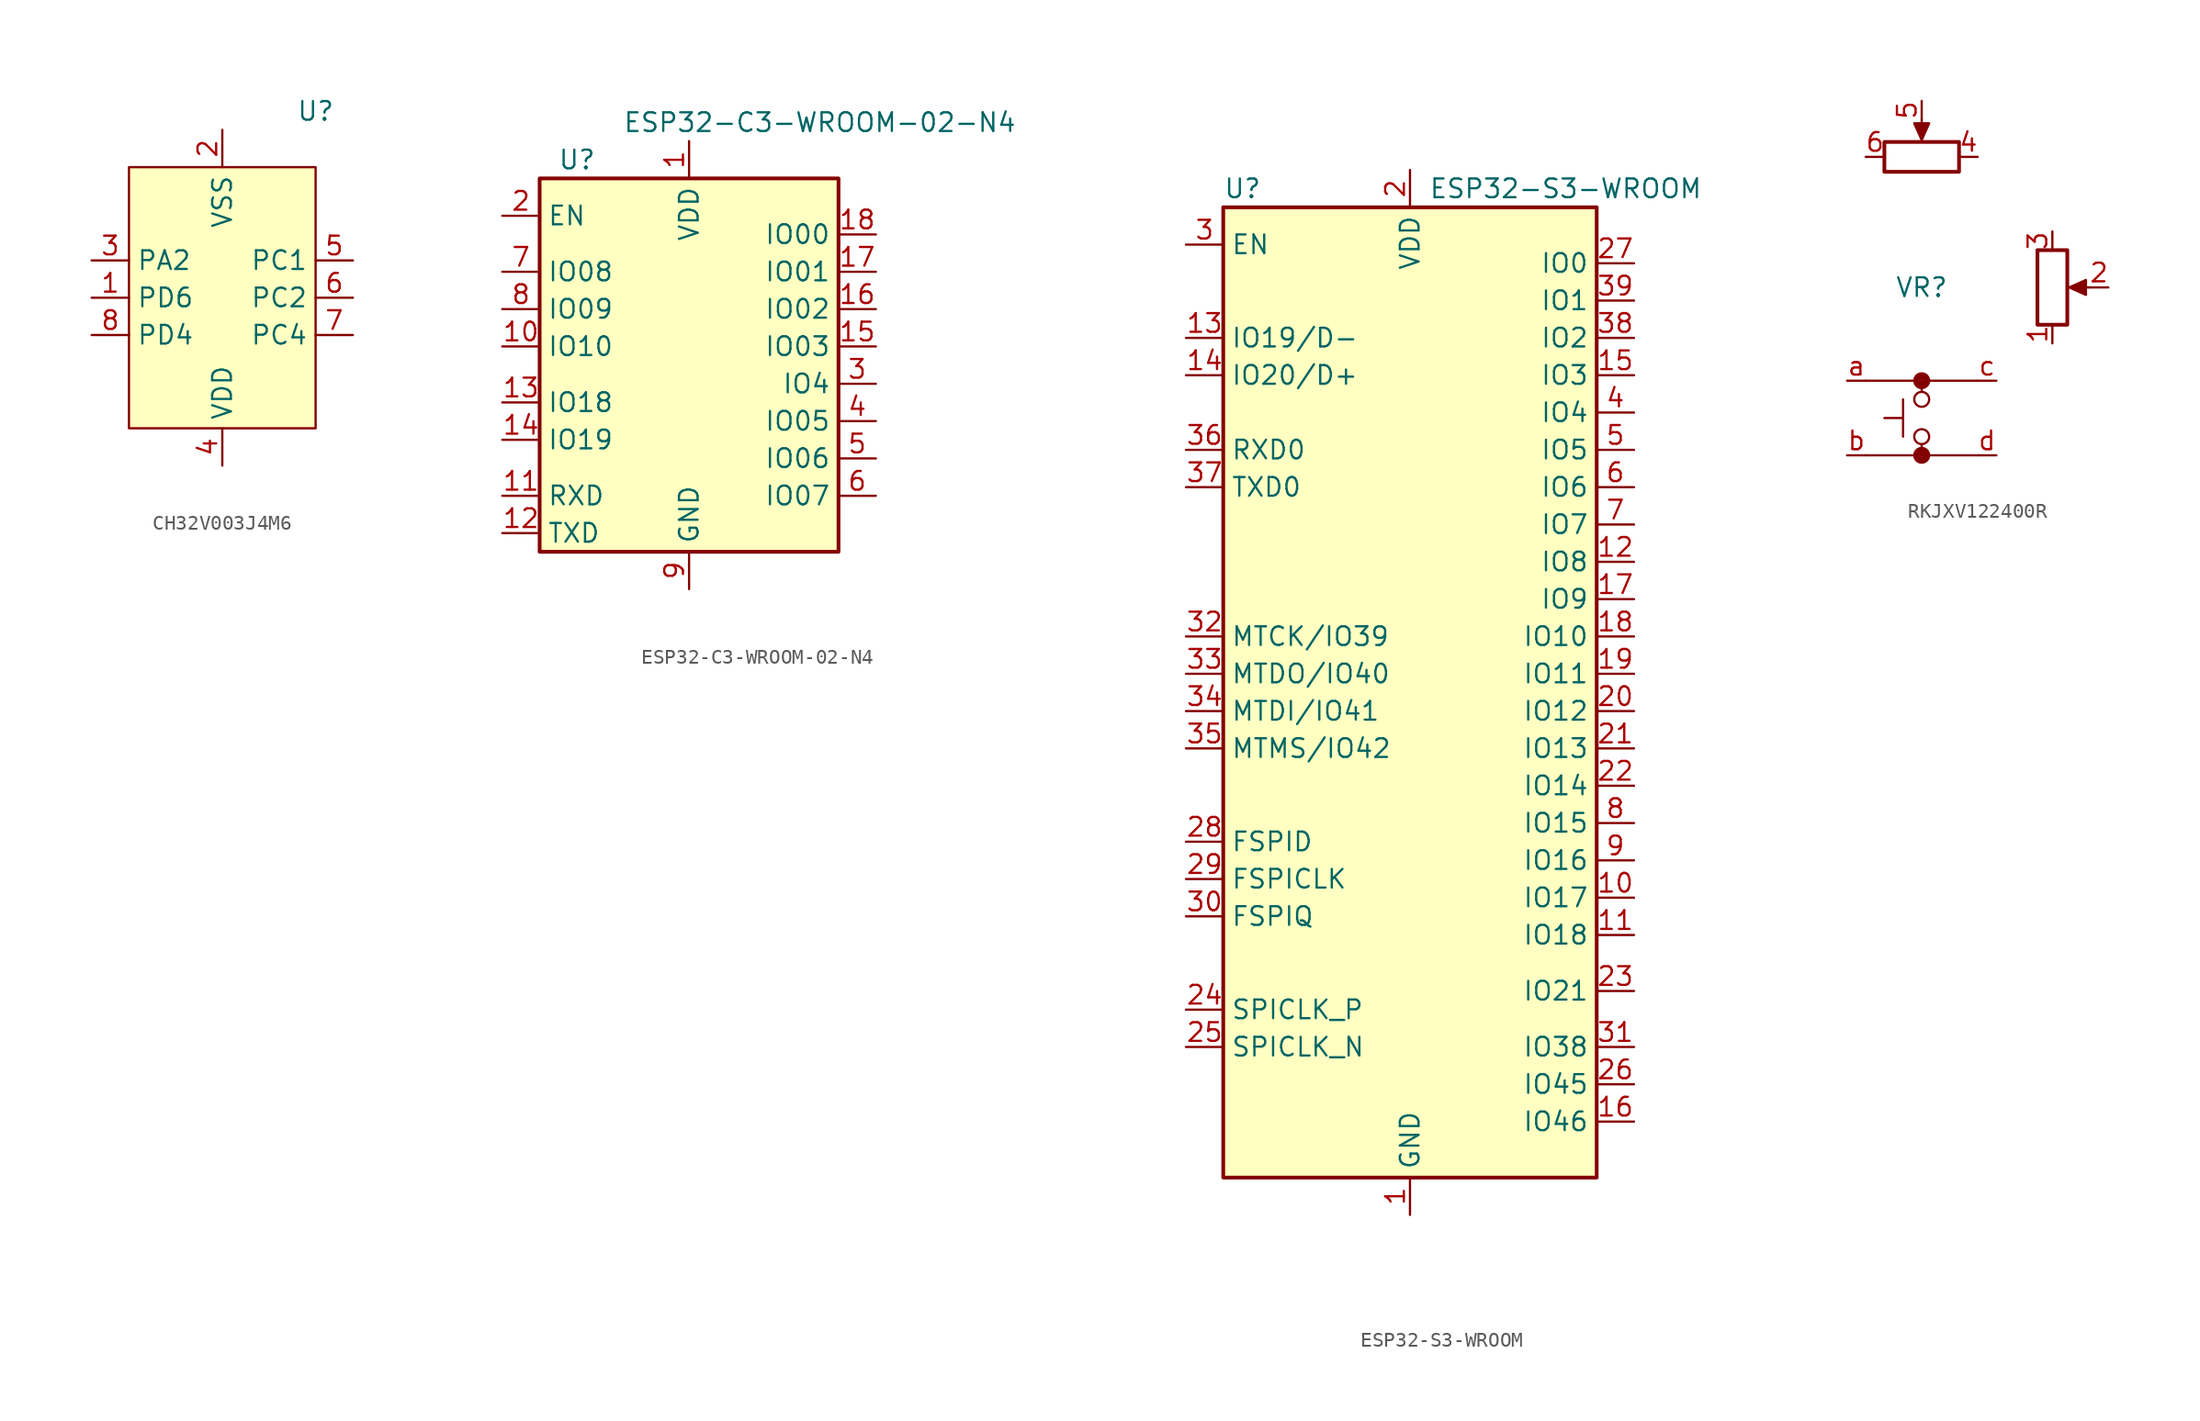
<source format=kicad_sym>
(kicad_symbol_lib
  (version 20220914)
  (generator kicad_symbol_editor)
  (symbol "CH32V003J4M6"
    (property "Reference" "U"
      (at 6.35 12.7 0)
      (effects (font (size 1.27 1.27))))
    (property "Value" ""
      (at 0 0 0)
      (effects (font (size 1.27 1.27))))
    (symbol "CH32V003J4M6_1_1"
      (rectangle (start -6.35 8.89) (end 6.35 -8.89) (stroke (width 0) (type default)) (fill (type background)))
      (pin bidirectional line (at -8.89 0 0) (length 2.54) (name "PD6" (effects (font (size 1.27 1.27)))) (number "1" (effects (font (size 1.27 1.27)))))
      (pin power_in line (at 0 11.43 270) (length 2.54) (name "VSS" (effects (font (size 1.27 1.27)))) (number "2" (effects (font (size 1.27 1.27)))))
      (pin bidirectional line (at -8.89 2.54 0) (length 2.54) (name "PA2" (effects (font (size 1.27 1.27)))) (number "3" (effects (font (size 1.27 1.27)))))
      (pin bidirectional line (at 0 -11.43 90) (length 2.54) (name "VDD" (effects (font (size 1.27 1.27)))) (number "4" (effects (font (size 1.27 1.27)))))
      (pin bidirectional line (at 8.89 2.54 180) (length 2.54) (name "PC1" (effects (font (size 1.27 1.27)))) (number "5" (effects (font (size 1.27 1.27)))))
      (pin bidirectional line (at 8.89 0 180) (length 2.54) (name "PC2" (effects (font (size 1.27 1.27)))) (number "6" (effects (font (size 1.27 1.27)))))
      (pin bidirectional line (at 8.89 -2.54 180) (length 2.54) (name "PC4" (effects (font (size 1.27 1.27)))) (number "7" (effects (font (size 1.27 1.27)))))
      (pin bidirectional line (at -8.89 -2.54 0) (length 2.54) (name "PD4" (effects (font (size 1.27 1.27)))) (number "8" (effects (font (size 1.27 1.27)))))))
  (symbol "ESP32-C3-WROOM-02-N4"
    (property "Reference" "U"
      (at -7.62 13.97 0)
      (effects (font (size 1.27 1.27))))
    (property "Value" "ESP32-C3-WROOM-02-N4"
      (at 8.89 16.51 0)
      (effects (font (size 1.27 1.27))))
    (symbol "ESP32-C3-WROOM-02-N4_0_1"
      (rectangle (start 10.16 12.7) (end -10.16 -12.7) (stroke (width 0.254) (type default)) (fill (type background))))
    (symbol "ESP32-C3-WROOM-02-N4_1_1"
      (pin power_in line (at 0 15.24 270) (length 2.54) (name "VDD" (effects (font (size 1.27 1.27)))) (number "1" (effects (font (size 1.27 1.27)))))
      (pin bidirectional line (at -12.7 1.27 0) (length 2.54) (name "IO10" (effects (font (size 1.27 1.27)))) (number "10" (effects (font (size 1.27 1.27)))))
      (pin bidirectional line (at -12.7 -8.89 0) (length 2.54) (name "RXD" (effects (font (size 1.27 1.27)))) (number "11" (effects (font (size 1.27 1.27)))))
      (pin bidirectional line (at -12.7 -11.43 0) (length 2.54) (name "TXD" (effects (font (size 1.27 1.27)))) (number "12" (effects (font (size 1.27 1.27)))))
      (pin bidirectional line (at -12.7 -2.54 0) (length 2.54) (name "IO18" (effects (font (size 1.27 1.27)))) (number "13" (effects (font (size 1.27 1.27)))))
      (pin bidirectional line (at -12.7 -5.08 0) (length 2.54) (name "IO19" (effects (font (size 1.27 1.27)))) (number "14" (effects (font (size 1.27 1.27)))))
      (pin input line (at 12.7 1.27 180) (length 2.54) (name "IO03" (effects (font (size 1.27 1.27)))) (number "15" (effects (font (size 1.27 1.27)))))
      (pin input line (at 12.7 3.81 180) (length 2.54) (name "IO02" (effects (font (size 1.27 1.27)))) (number "16" (effects (font (size 1.27 1.27)))))
      (pin bidirectional line (at 12.7 6.35 180) (length 2.54) (name "IO01" (effects (font (size 1.27 1.27)))) (number "17" (effects (font (size 1.27 1.27)))))
      (pin bidirectional line (at 12.7 8.89 180) (length 2.54) (name "IO00" (effects (font (size 1.27 1.27)))) (number "18" (effects (font (size 1.27 1.27)))))
      (pin passive line (at 0 -15.24 90) (length 2.54) hide (name "GND" (effects (font (size 1.27 1.27)))) (number "19" (effects (font (size 1.27 1.27)))))
      (pin input line (at -12.7 10.16 0) (length 2.54) (name "EN" (effects (font (size 1.27 1.27)))) (number "2" (effects (font (size 1.27 1.27)))))
      (pin bidirectional line (at 12.7 -1.27 180) (length 2.54) (name "IO4" (effects (font (size 1.27 1.27)))) (number "3" (effects (font (size 1.27 1.27)))))
      (pin bidirectional line (at 12.7 -3.81 180) (length 2.54) (name "IO05" (effects (font (size 1.27 1.27)))) (number "4" (effects (font (size 1.27 1.27)))))
      (pin bidirectional line (at 12.7 -6.35 180) (length 2.54) (name "IO06" (effects (font (size 1.27 1.27)))) (number "5" (effects (font (size 1.27 1.27)))))
      (pin bidirectional line (at 12.7 -8.89 180) (length 2.54) (name "IO07" (effects (font (size 1.27 1.27)))) (number "6" (effects (font (size 1.27 1.27)))))
      (pin bidirectional line (at -12.7 6.35 0) (length 2.54) (name "IO08" (effects (font (size 1.27 1.27)))) (number "7" (effects (font (size 1.27 1.27)))))
      (pin bidirectional line (at -12.7 3.81 0) (length 2.54) (name "IO09" (effects (font (size 1.27 1.27)))) (number "8" (effects (font (size 1.27 1.27)))))
      (pin power_in line (at 0 -15.24 90) (length 2.54) (name "GND" (effects (font (size 1.27 1.27)))) (number "9" (effects (font (size 1.27 1.27)))))))
  (symbol "ESP32-S3-WROOM"
    (property "Reference" "U"
      (at -12.7 34.29 0)
      (effects (font (size 1.27 1.27)) (justify left)))
    (property "Value" "ESP32-S3-WROOM"
      (at 1.27 34.29 0)
      (effects (font (size 1.27 1.27)) (justify left)))
    (symbol "ESP32-S3-WROOM_0_1"
      (rectangle (start -12.7 33.02) (end 12.7 -33.02) (stroke (width 0.254) (type default)) (fill (type background))))
    (symbol "ESP32-S3-WROOM_1_1"
      (pin power_in line (at 0 -35.56 90) (length 2.54) (name "GND" (effects (font (size 1.27 1.27)))) (number "1" (effects (font (size 1.27 1.27)))))
      (pin bidirectional line (at 15.24 -13.97 180) (length 2.54) (name "IO17" (effects (font (size 1.27 1.27)))) (number "10" (effects (font (size 1.27 1.27)))))
      (pin bidirectional line (at 15.24 -16.51 180) (length 2.54) (name "IO18" (effects (font (size 1.27 1.27)))) (number "11" (effects (font (size 1.27 1.27)))))
      (pin bidirectional line (at 15.24 8.89 180) (length 2.54) (name "IO8" (effects (font (size 1.27 1.27)))) (number "12" (effects (font (size 1.27 1.27)))))
      (pin bidirectional line (at -15.24 24.13 0) (length 2.54) (name "IO19/D-" (effects (font (size 1.27 1.27)))) (number "13" (effects (font (size 1.27 1.27)))))
      (pin bidirectional line (at -15.24 21.59 0) (length 2.54) (name "IO20/D+" (effects (font (size 1.27 1.27)))) (number "14" (effects (font (size 1.27 1.27)))))
      (pin bidirectional line (at 15.24 21.59 180) (length 2.54) (name "IO3" (effects (font (size 1.27 1.27)))) (number "15" (effects (font (size 1.27 1.27)))))
      (pin bidirectional line (at 15.24 -29.21 180) (length 2.54) (name "IO46" (effects (font (size 1.27 1.27)))) (number "16" (effects (font (size 1.27 1.27)))))
      (pin bidirectional line (at 15.24 6.35 180) (length 2.54) (name "IO9" (effects (font (size 1.27 1.27)))) (number "17" (effects (font (size 1.27 1.27)))))
      (pin bidirectional line (at 15.24 3.81 180) (length 2.54) (name "IO10" (effects (font (size 1.27 1.27)))) (number "18" (effects (font (size 1.27 1.27)))))
      (pin bidirectional line (at 15.24 1.27 180) (length 2.54) (name "IO11" (effects (font (size 1.27 1.27)))) (number "19" (effects (font (size 1.27 1.27)))))
      (pin power_in line (at 0 35.56 270) (length 2.54) (name "VDD" (effects (font (size 1.27 1.27)))) (number "2" (effects (font (size 1.27 1.27)))))
      (pin bidirectional line (at 15.24 -1.27 180) (length 2.54) (name "IO12" (effects (font (size 1.27 1.27)))) (number "20" (effects (font (size 1.27 1.27)))))
      (pin bidirectional line (at 15.24 -3.81 180) (length 2.54) (name "IO13" (effects (font (size 1.27 1.27)))) (number "21" (effects (font (size 1.27 1.27)))))
      (pin bidirectional line (at 15.24 -6.35 180) (length 2.54) (name "IO14" (effects (font (size 1.27 1.27)))) (number "22" (effects (font (size 1.27 1.27)))))
      (pin bidirectional line (at 15.24 -20.32 180) (length 2.54) (name "IO21" (effects (font (size 1.27 1.27)))) (number "23" (effects (font (size 1.27 1.27)))))
      (pin bidirectional line (at -15.24 -21.59 0) (length 2.54) (name "SPICLK_P" (effects (font (size 1.27 1.27)))) (number "24" (effects (font (size 1.27 1.27)))))
      (pin bidirectional line (at -15.24 -24.13 0) (length 2.54) (name "SPICLK_N" (effects (font (size 1.27 1.27)))) (number "25" (effects (font (size 1.27 1.27)))))
      (pin bidirectional line (at 15.24 -26.67 180) (length 2.54) (name "IO45" (effects (font (size 1.27 1.27)))) (number "26" (effects (font (size 1.27 1.27)))))
      (pin bidirectional line (at 15.24 29.21 180) (length 2.54) (name "IO0" (effects (font (size 1.27 1.27)))) (number "27" (effects (font (size 1.27 1.27)))))
      (pin bidirectional line (at -15.24 -10.16 0) (length 2.54) (name "FSPID" (effects (font (size 1.27 1.27)))) (number "28" (effects (font (size 1.27 1.27)))))
      (pin bidirectional line (at -15.24 -12.7 0) (length 2.54) (name "FSPICLK" (effects (font (size 1.27 1.27)))) (number "29" (effects (font (size 1.27 1.27)))))
      (pin input line (at -15.24 30.48 0) (length 2.54) (name "EN" (effects (font (size 1.27 1.27)))) (number "3" (effects (font (size 1.27 1.27)))))
      (pin bidirectional line (at -15.24 -15.24 0) (length 2.54) (name "FSPIQ" (effects (font (size 1.27 1.27)))) (number "30" (effects (font (size 1.27 1.27)))))
      (pin bidirectional line (at 15.24 -24.13 180) (length 2.54) (name "IO38" (effects (font (size 1.27 1.27)))) (number "31" (effects (font (size 1.27 1.27)))))
      (pin bidirectional line (at -15.24 3.81 0) (length 2.54) (name "MTCK/IO39" (effects (font (size 1.27 1.27)))) (number "32" (effects (font (size 1.27 1.27)))))
      (pin bidirectional line (at -15.24 1.27 0) (length 2.54) (name "MTDO/IO40" (effects (font (size 1.27 1.27)))) (number "33" (effects (font (size 1.27 1.27)))))
      (pin bidirectional line (at -15.24 -1.27 0) (length 2.54) (name "MTDI/IO41" (effects (font (size 1.27 1.27)))) (number "34" (effects (font (size 1.27 1.27)))))
      (pin bidirectional line (at -15.24 -3.81 0) (length 2.54) (name "MTMS/IO42" (effects (font (size 1.27 1.27)))) (number "35" (effects (font (size 1.27 1.27)))))
      (pin bidirectional line (at -15.24 16.51 0) (length 2.54) (name "RXD0" (effects (font (size 1.27 1.27)))) (number "36" (effects (font (size 1.27 1.27)))))
      (pin bidirectional line (at -15.24 13.97 0) (length 2.54) (name "TXD0" (effects (font (size 1.27 1.27)))) (number "37" (effects (font (size 1.27 1.27)))))
      (pin bidirectional line (at 15.24 24.13 180) (length 2.54) (name "IO2" (effects (font (size 1.27 1.27)))) (number "38" (effects (font (size 1.27 1.27)))))
      (pin bidirectional line (at 15.24 26.67 180) (length 2.54) (name "IO1" (effects (font (size 1.27 1.27)))) (number "39" (effects (font (size 1.27 1.27)))))
      (pin bidirectional line (at 15.24 19.05 180) (length 2.54) (name "IO4" (effects (font (size 1.27 1.27)))) (number "4" (effects (font (size 1.27 1.27)))))
      (pin passive line (at 0 -35.56 90) (length 2.54) hide (name "GND" (effects (font (size 1.27 1.27)))) (number "40" (effects (font (size 1.27 1.27)))))
      (pin passive line (at 0 -35.56 90) (length 2.54) hide (name "GND" (effects (font (size 1.27 1.27)))) (number "41" (effects (font (size 1.27 1.27)))))
      (pin bidirectional line (at 15.24 16.51 180) (length 2.54) (name "IO5" (effects (font (size 1.27 1.27)))) (number "5" (effects (font (size 1.27 1.27)))))
      (pin bidirectional line (at 15.24 13.97 180) (length 2.54) (name "IO6" (effects (font (size 1.27 1.27)))) (number "6" (effects (font (size 1.27 1.27)))))
      (pin bidirectional line (at 15.24 11.43 180) (length 2.54) (name "IO7" (effects (font (size 1.27 1.27)))) (number "7" (effects (font (size 1.27 1.27)))))
      (pin bidirectional line (at 15.24 -8.89 180) (length 2.54) (name "IO15" (effects (font (size 1.27 1.27)))) (number "8" (effects (font (size 1.27 1.27)))))
      (pin bidirectional line (at 15.24 -11.43 180) (length 2.54) (name "IO16" (effects (font (size 1.27 1.27)))) (number "9" (effects (font (size 1.27 1.27)))))))
  (symbol "RKJXV122400R"
    (property "Reference" "VR"
      (at 0 0 0)
      (effects (font (size 1.27 1.27))))
    (property "Value" ""
      (at 0 0 90)
      (effects (font (size 1.27 1.27))))
    (symbol "RKJXV122400R_0_1"
      (rectangle (start -2.54 7.874) (end 2.54 9.906) (stroke (width 0.254) (type default)) (fill (type none)))
      (circle (center 0 -10.16) (radius 0.508) (stroke (width 0) (type solid)) (fill (type none)))
      (circle (center 0 -7.62) (radius 0.508) (stroke (width 0) (type solid)) (fill (type none)))
      (polyline (pts (xy -3.81 -11.43) (xy 3.81 -11.43)) (stroke (width 0) (type default)) (fill (type none)))
      (polyline (pts (xy -1.27 -8.89) (xy -2.54 -8.89)) (stroke (width 0) (type default)) (fill (type none)))
      (polyline (pts (xy -1.27 -7.62) (xy -1.27 -10.16)) (stroke (width 0) (type default)) (fill (type none)))
      (polyline (pts (xy 0 -10.682) (xy 0 -11.43)) (stroke (width 0) (type default)) (fill (type none)))
      (polyline (pts (xy 0 -6.35) (xy 0 -7.098)) (stroke (width 0) (type default)) (fill (type none)))
      (polyline (pts (xy 0 11.43) (xy 0 10.414)) (stroke (width 0) (type default)) (fill (type none)))
      (polyline (pts (xy 3.81 -6.35) (xy -3.81 -6.35)) (stroke (width 0) (type default)) (fill (type none)))
      (polyline (pts (xy 11.43 0) (xy 10.414 0)) (stroke (width 0) (type default)) (fill (type none)))
      (polyline (pts (xy 0 10.033) (xy 0.508 11.176) (xy -0.508 11.176) (xy 0 10.033)) (stroke (width 0) (type default)) (fill (type outline)))
      (polyline (pts (xy 10.033 0) (xy 11.176 -0.508) (xy 11.176 0.508) (xy 10.033 0)) (stroke (width 0) (type default)) (fill (type outline)))
      (rectangle (start 7.874 2.54) (end 9.906 -2.54) (stroke (width 0.254) (type default)) (fill (type none))))
    (symbol "RKJXV122400R_1_1"
      (circle (center 0 -11.43) (radius 0.078) (stroke (width 0.5) (type default)) (fill (type none)))
      (circle (center 0 -6.35) (radius 0.078) (stroke (width 0.5) (type default)) (fill (type none)))
      (pin passive line (at 8.89 -3.81 90) (length 1.27) (name "" (effects (font (size 1.27 1.27)))) (number "1" (effects (font (size 1.27 1.27)))))
      (pin passive line (at 12.7 0 180) (length 1.27) (name "" (effects (font (size 1.27 1.27)))) (number "2" (effects (font (size 1.27 1.27)))))
      (pin passive line (at 8.89 3.81 270) (length 1.27) (name "" (effects (font (size 1.27 1.27)))) (number "3" (effects (font (size 1.27 1.27)))))
      (pin passive line (at 3.81 8.89 180) (length 1.27) (name "" (effects (font (size 1.27 1.27)))) (number "4" (effects (font (size 1.27 1.27)))))
      (pin passive line (at 0 12.7 270) (length 1.27) (name "" (effects (font (size 1.27 1.27)))) (number "5" (effects (font (size 1.27 1.27)))))
      (pin passive line (at -3.81 8.89 0) (length 1.27) (name "" (effects (font (size 1.27 1.27)))) (number "6" (effects (font (size 1.27 1.27)))))
      (pin passive line (at -5.08 -6.35 0) (length 1.27) (name "" (effects (font (size 1.27 1.27)))) (number "a" (effects (font (size 1.27 1.27)))))
      (pin passive line (at -5.08 -11.43 0) (length 1.27) (name "" (effects (font (size 1.27 1.27)))) (number "b" (effects (font (size 1.27 1.27)))))
      (pin passive line (at 5.08 -6.35 180) (length 1.27) (name "" (effects (font (size 1.27 1.27)))) (number "c" (effects (font (size 1.27 1.27)))))
      (pin passive line (at 5.08 -11.43 180) (length 1.27) (name "" (effects (font (size 1.27 1.27)))) (number "d" (effects (font (size 1.27 1.27))))))))
</source>
